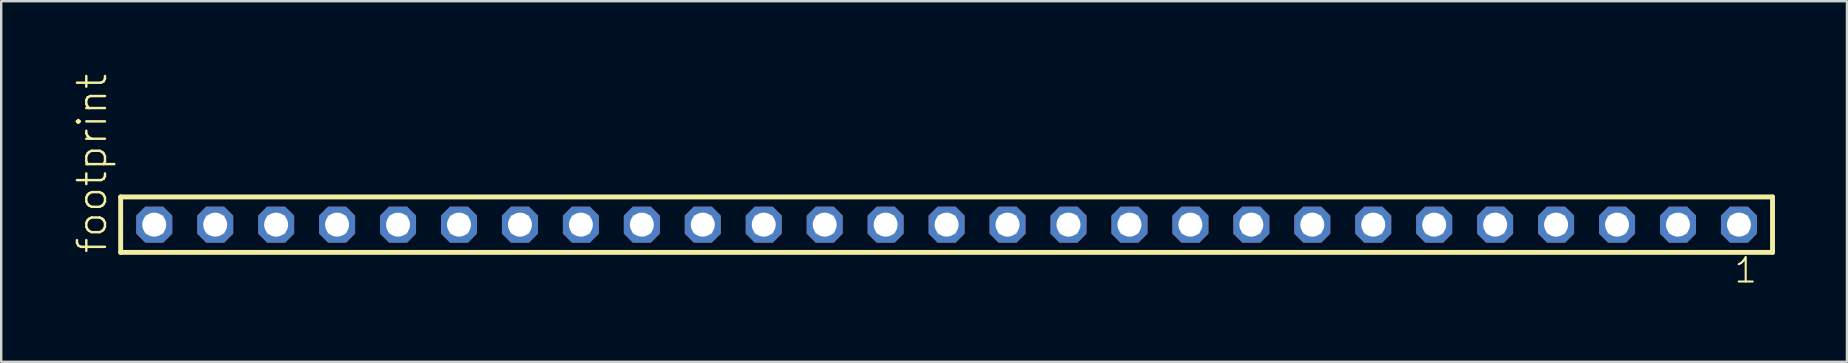
<source format=kicad_pcb>
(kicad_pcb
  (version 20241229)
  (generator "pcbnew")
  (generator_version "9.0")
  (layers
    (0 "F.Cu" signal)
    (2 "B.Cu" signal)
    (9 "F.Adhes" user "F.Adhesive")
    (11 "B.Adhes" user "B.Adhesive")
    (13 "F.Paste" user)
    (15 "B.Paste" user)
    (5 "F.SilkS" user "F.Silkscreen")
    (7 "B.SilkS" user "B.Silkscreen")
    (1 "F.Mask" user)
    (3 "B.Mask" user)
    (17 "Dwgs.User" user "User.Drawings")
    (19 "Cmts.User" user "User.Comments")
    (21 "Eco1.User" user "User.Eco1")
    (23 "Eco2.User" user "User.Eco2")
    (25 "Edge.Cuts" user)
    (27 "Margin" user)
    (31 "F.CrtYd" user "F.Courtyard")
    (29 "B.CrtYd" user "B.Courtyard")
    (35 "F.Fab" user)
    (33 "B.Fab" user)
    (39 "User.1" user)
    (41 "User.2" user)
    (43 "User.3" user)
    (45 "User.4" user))
  (footprint "footprint"
    (layer "F.Cu")
    (at 36.398 6.312)
    (property "Reference" "footprint" (at -34.925 1.27 90) (layer "F.SilkS") (effects (font (size 1.168 1.168) (thickness 0.102)) (justify left bottom)))
    (fp_line (start -34.419 -1.155) (end 34.419 -1.155) (stroke (width 0.203) (type solid)) (layer "F.SilkS"))
    (fp_line (start -34.419 1.155) (end -34.419 -1.155) (stroke (width 0.203) (type solid)) (layer "F.SilkS"))
    (fp_line (start 34.419 -1.155) (end 34.419 1.155) (stroke (width 0.203) (type solid)) (layer "F.SilkS"))
    (fp_line (start 34.419 1.155) (end -34.419 1.155) (stroke (width 0.203) (type solid)) (layer "F.SilkS"))
    (fp_poly (pts (xy -33.37 0.35) (xy -32.67 0.35) (xy -32.67 -0.35) (xy -33.37 -0.35)) (stroke (width 0.1) (type solid)) (fill no) (layer "F.Fab"))
    (fp_poly (pts (xy -30.83 0.35) (xy -30.13 0.35) (xy -30.13 -0.35) (xy -30.83 -0.35)) (stroke (width 0.1) (type solid)) (fill no) (layer "F.Fab"))
    (fp_poly (pts (xy -28.29 0.35) (xy -27.59 0.35) (xy -27.59 -0.35) (xy -28.29 -0.35)) (stroke (width 0.1) (type solid)) (fill no) (layer "F.Fab"))
    (fp_poly (pts (xy -25.75 0.35) (xy -25.05 0.35) (xy -25.05 -0.35) (xy -25.75 -0.35)) (stroke (width 0.1) (type solid)) (fill no) (layer "F.Fab"))
    (fp_poly (pts (xy -23.21 0.35) (xy -22.51 0.35) (xy -22.51 -0.35) (xy -23.21 -0.35)) (stroke (width 0.1) (type solid)) (fill no) (layer "F.Fab"))
    (fp_poly (pts (xy -20.67 0.35) (xy -19.97 0.35) (xy -19.97 -0.35) (xy -20.67 -0.35)) (stroke (width 0.1) (type solid)) (fill no) (layer "F.Fab"))
    (fp_poly (pts (xy -18.13 0.35) (xy -17.43 0.35) (xy -17.43 -0.35) (xy -18.13 -0.35)) (stroke (width 0.1) (type solid)) (fill no) (layer "F.Fab"))
    (fp_poly (pts (xy -15.59 0.35) (xy -14.89 0.35) (xy -14.89 -0.35) (xy -15.59 -0.35)) (stroke (width 0.1) (type solid)) (fill no) (layer "F.Fab"))
    (fp_poly (pts (xy -13.05 0.35) (xy -12.35 0.35) (xy -12.35 -0.35) (xy -13.05 -0.35)) (stroke (width 0.1) (type solid)) (fill no) (layer "F.Fab"))
    (fp_poly (pts (xy -10.51 0.35) (xy -9.81 0.35) (xy -9.81 -0.35) (xy -10.51 -0.35)) (stroke (width 0.1) (type solid)) (fill no) (layer "F.Fab"))
    (fp_poly (pts (xy -7.97 0.35) (xy -7.27 0.35) (xy -7.27 -0.35) (xy -7.97 -0.35)) (stroke (width 0.1) (type solid)) (fill no) (layer "F.Fab"))
    (fp_poly (pts (xy -5.43 0.35) (xy -4.73 0.35) (xy -4.73 -0.35) (xy -5.43 -0.35)) (stroke (width 0.1) (type solid)) (fill no) (layer "F.Fab"))
    (fp_poly (pts (xy -2.89 0.35) (xy -2.19 0.35) (xy -2.19 -0.35) (xy -2.89 -0.35)) (stroke (width 0.1) (type solid)) (fill no) (layer "F.Fab"))
    (fp_poly (pts (xy -0.35 0.35) (xy 0.35 0.35) (xy 0.35 -0.35) (xy -0.35 -0.35)) (stroke (width 0.1) (type solid)) (fill no) (layer "F.Fab"))
    (fp_poly (pts (xy 2.19 0.35) (xy 2.89 0.35) (xy 2.89 -0.35) (xy 2.19 -0.35)) (stroke (width 0.1) (type solid)) (fill no) (layer "F.Fab"))
    (fp_poly (pts (xy 4.73 0.35) (xy 5.43 0.35) (xy 5.43 -0.35) (xy 4.73 -0.35)) (stroke (width 0.1) (type solid)) (fill no) (layer "F.Fab"))
    (fp_poly (pts (xy 7.27 0.35) (xy 7.97 0.35) (xy 7.97 -0.35) (xy 7.27 -0.35)) (stroke (width 0.1) (type solid)) (fill no) (layer "F.Fab"))
    (fp_poly (pts (xy 9.81 0.35) (xy 10.51 0.35) (xy 10.51 -0.35) (xy 9.81 -0.35)) (stroke (width 0.1) (type solid)) (fill no) (layer "F.Fab"))
    (fp_poly (pts (xy 12.35 0.35) (xy 13.05 0.35) (xy 13.05 -0.35) (xy 12.35 -0.35)) (stroke (width 0.1) (type solid)) (fill no) (layer "F.Fab"))
    (fp_poly (pts (xy 14.89 0.35) (xy 15.59 0.35) (xy 15.59 -0.35) (xy 14.89 -0.35)) (stroke (width 0.1) (type solid)) (fill no) (layer "F.Fab"))
    (fp_poly (pts (xy 17.43 0.35) (xy 18.13 0.35) (xy 18.13 -0.35) (xy 17.43 -0.35)) (stroke (width 0.1) (type solid)) (fill no) (layer "F.Fab"))
    (fp_poly (pts (xy 19.97 0.35) (xy 20.67 0.35) (xy 20.67 -0.35) (xy 19.97 -0.35)) (stroke (width 0.1) (type solid)) (fill no) (layer "F.Fab"))
    (fp_poly (pts (xy 22.51 0.35) (xy 23.21 0.35) (xy 23.21 -0.35) (xy 22.51 -0.35)) (stroke (width 0.1) (type solid)) (fill no) (layer "F.Fab"))
    (fp_poly (pts (xy 25.05 0.35) (xy 25.75 0.35) (xy 25.75 -0.35) (xy 25.05 -0.35)) (stroke (width 0.1) (type solid)) (fill no) (layer "F.Fab"))
    (fp_poly (pts (xy 27.59 0.35) (xy 28.29 0.35) (xy 28.29 -0.35) (xy 27.59 -0.35)) (stroke (width 0.1) (type solid)) (fill no) (layer "F.Fab"))
    (fp_poly (pts (xy 30.13 0.35) (xy 30.83 0.35) (xy 30.83 -0.35) (xy 30.13 -0.35)) (stroke (width 0.1) (type solid)) (fill no) (layer "F.Fab"))
    (fp_poly (pts (xy 32.67 0.35) (xy 33.37 0.35) (xy 33.37 -0.35) (xy 32.67 -0.35)) (stroke (width 0.1) (type solid)) (fill no) (layer "F.Fab"))
    (fp_text user "1" (at 32.762 2.498 0) (layer "F.SilkS") (effects (font (size 1.012 1.012) (thickness 0.088)) (justify left bottom)))
    (pad "1" thru_hole roundrect (at 33.02 0 180) (size 1.5 1.5) (drill 1) (layers "*.Cu" "*.Mask") (roundrect_rratio 0.25) (chamfer_ratio 0.25) (chamfer top_left top_right bottom_left bottom_right))
    (pad "2" thru_hole roundrect (at 30.48 0 180) (size 1.5 1.5) (drill 1) (layers "*.Cu" "*.Mask") (roundrect_rratio 0.25) (chamfer_ratio 0.25) (chamfer top_left top_right bottom_left bottom_right))
    (pad "3" thru_hole roundrect (at 27.94 0 180) (size 1.5 1.5) (drill 1) (layers "*.Cu" "*.Mask") (roundrect_rratio 0.25) (chamfer_ratio 0.25) (chamfer top_left top_right bottom_left bottom_right))
    (pad "4" thru_hole roundrect (at 25.4 0 180) (size 1.5 1.5) (drill 1) (layers "*.Cu" "*.Mask") (roundrect_rratio 0.25) (chamfer_ratio 0.25) (chamfer top_left top_right bottom_left bottom_right))
    (pad "5" thru_hole roundrect (at 22.86 0 180) (size 1.5 1.5) (drill 1) (layers "*.Cu" "*.Mask") (roundrect_rratio 0.25) (chamfer_ratio 0.25) (chamfer top_left top_right bottom_left bottom_right))
    (pad "6" thru_hole roundrect (at 20.32 0 180) (size 1.5 1.5) (drill 1) (layers "*.Cu" "*.Mask") (roundrect_rratio 0.25) (chamfer_ratio 0.25) (chamfer top_left top_right bottom_left bottom_right))
    (pad "7" thru_hole roundrect (at 17.78 0 180) (size 1.5 1.5) (drill 1) (layers "*.Cu" "*.Mask") (roundrect_rratio 0.25) (chamfer_ratio 0.25) (chamfer top_left top_right bottom_left bottom_right))
    (pad "8" thru_hole roundrect (at 15.24 0 180) (size 1.5 1.5) (drill 1) (layers "*.Cu" "*.Mask") (roundrect_rratio 0.25) (chamfer_ratio 0.25) (chamfer top_left top_right bottom_left bottom_right))
    (pad "9" thru_hole roundrect (at 12.7 0 180) (size 1.5 1.5) (drill 1) (layers "*.Cu" "*.Mask") (roundrect_rratio 0.25) (chamfer_ratio 0.25) (chamfer top_left top_right bottom_left bottom_right))
    (pad "10" thru_hole roundrect (at 10.16 0 180) (size 1.5 1.5) (drill 1) (layers "*.Cu" "*.Mask") (roundrect_rratio 0.25) (chamfer_ratio 0.25) (chamfer top_left top_right bottom_left bottom_right))
    (pad "11" thru_hole roundrect (at 7.62 0 180) (size 1.5 1.5) (drill 1) (layers "*.Cu" "*.Mask") (roundrect_rratio 0.25) (chamfer_ratio 0.25) (chamfer top_left top_right bottom_left bottom_right))
    (pad "12" thru_hole roundrect (at 5.08 0 180) (size 1.5 1.5) (drill 1) (layers "*.Cu" "*.Mask") (roundrect_rratio 0.25) (chamfer_ratio 0.25) (chamfer top_left top_right bottom_left bottom_right))
    (pad "13" thru_hole roundrect (at 2.54 0 180) (size 1.5 1.5) (drill 1) (layers "*.Cu" "*.Mask") (roundrect_rratio 0.25) (chamfer_ratio 0.25) (chamfer top_left top_right bottom_left bottom_right))
    (pad "14" thru_hole roundrect (at 0 0 180) (size 1.5 1.5) (drill 1) (layers "*.Cu" "*.Mask") (roundrect_rratio 0.25) (chamfer_ratio 0.25) (chamfer top_left top_right bottom_left bottom_right))
    (pad "15" thru_hole roundrect (at -2.54 0 180) (size 1.5 1.5) (drill 1) (layers "*.Cu" "*.Mask") (roundrect_rratio 0.25) (chamfer_ratio 0.25) (chamfer top_left top_right bottom_left bottom_right))
    (pad "16" thru_hole roundrect (at -5.08 0 180) (size 1.5 1.5) (drill 1) (layers "*.Cu" "*.Mask") (roundrect_rratio 0.25) (chamfer_ratio 0.25) (chamfer top_left top_right bottom_left bottom_right))
    (pad "17" thru_hole roundrect (at -7.62 0 180) (size 1.5 1.5) (drill 1) (layers "*.Cu" "*.Mask") (roundrect_rratio 0.25) (chamfer_ratio 0.25) (chamfer top_left top_right bottom_left bottom_right))
    (pad "18" thru_hole roundrect (at -10.16 0 180) (size 1.5 1.5) (drill 1) (layers "*.Cu" "*.Mask") (roundrect_rratio 0.25) (chamfer_ratio 0.25) (chamfer top_left top_right bottom_left bottom_right))
    (pad "19" thru_hole roundrect (at -12.7 0 180) (size 1.5 1.5) (drill 1) (layers "*.Cu" "*.Mask") (roundrect_rratio 0.25) (chamfer_ratio 0.25) (chamfer top_left top_right bottom_left bottom_right))
    (pad "20" thru_hole roundrect (at -15.24 0 180) (size 1.5 1.5) (drill 1) (layers "*.Cu" "*.Mask") (roundrect_rratio 0.25) (chamfer_ratio 0.25) (chamfer top_left top_right bottom_left bottom_right))
    (pad "21" thru_hole roundrect (at -17.78 0 180) (size 1.5 1.5) (drill 1) (layers "*.Cu" "*.Mask") (roundrect_rratio 0.25) (chamfer_ratio 0.25) (chamfer top_left top_right bottom_left bottom_right))
    (pad "22" thru_hole roundrect (at -20.32 0 180) (size 1.5 1.5) (drill 1) (layers "*.Cu" "*.Mask") (roundrect_rratio 0.25) (chamfer_ratio 0.25) (chamfer top_left top_right bottom_left bottom_right))
    (pad "23" thru_hole roundrect (at -22.86 0 180) (size 1.5 1.5) (drill 1) (layers "*.Cu" "*.Mask") (roundrect_rratio 0.25) (chamfer_ratio 0.25) (chamfer top_left top_right bottom_left bottom_right))
    (pad "24" thru_hole roundrect (at -25.4 0 180) (size 1.5 1.5) (drill 1) (layers "*.Cu" "*.Mask") (roundrect_rratio 0.25) (chamfer_ratio 0.25) (chamfer top_left top_right bottom_left bottom_right))
    (pad "25" thru_hole roundrect (at -27.94 0 180) (size 1.5 1.5) (drill 1) (layers "*.Cu" "*.Mask") (roundrect_rratio 0.25) (chamfer_ratio 0.25) (chamfer top_left top_right bottom_left bottom_right))
    (pad "26" thru_hole roundrect (at -30.48 0 180) (size 1.5 1.5) (drill 1) (layers "*.Cu" "*.Mask") (roundrect_rratio 0.25) (chamfer_ratio 0.25) (chamfer top_left top_right bottom_left bottom_right))
    (pad "27" thru_hole roundrect (at -33.02 0 180) (size 1.5 1.5) (drill 1) (layers "*.Cu" "*.Mask") (roundrect_rratio 0.25) (chamfer_ratio 0.25) (chamfer top_left top_right bottom_left bottom_right)))
  (gr_rect
    (start -3 -3)
    (end 73.919 12.027)
    (stroke (width 0.1) (type default))
    (fill no)
    (layer "Edge.Cuts")))
</source>
